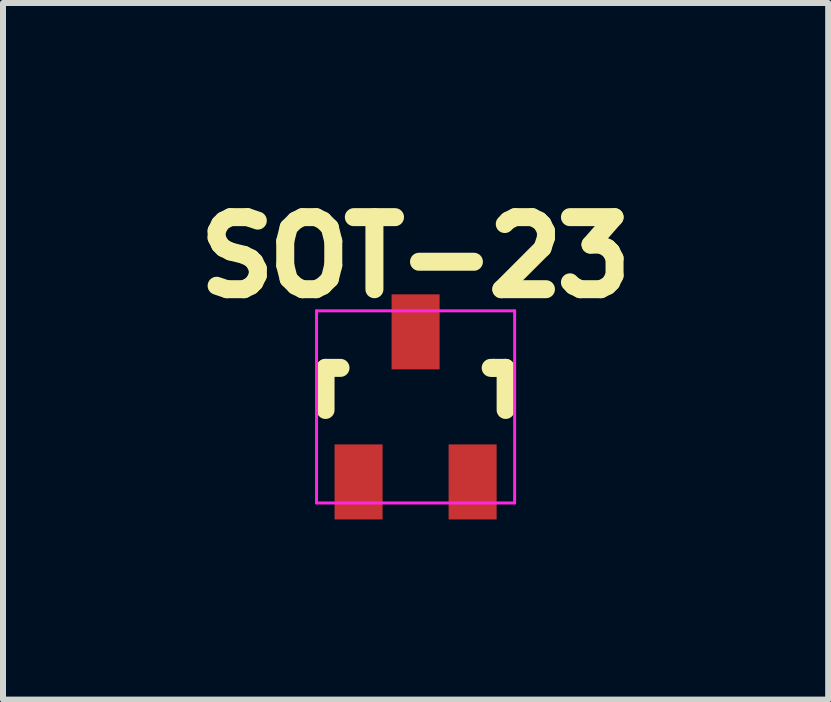
<source format=kicad_pcb>
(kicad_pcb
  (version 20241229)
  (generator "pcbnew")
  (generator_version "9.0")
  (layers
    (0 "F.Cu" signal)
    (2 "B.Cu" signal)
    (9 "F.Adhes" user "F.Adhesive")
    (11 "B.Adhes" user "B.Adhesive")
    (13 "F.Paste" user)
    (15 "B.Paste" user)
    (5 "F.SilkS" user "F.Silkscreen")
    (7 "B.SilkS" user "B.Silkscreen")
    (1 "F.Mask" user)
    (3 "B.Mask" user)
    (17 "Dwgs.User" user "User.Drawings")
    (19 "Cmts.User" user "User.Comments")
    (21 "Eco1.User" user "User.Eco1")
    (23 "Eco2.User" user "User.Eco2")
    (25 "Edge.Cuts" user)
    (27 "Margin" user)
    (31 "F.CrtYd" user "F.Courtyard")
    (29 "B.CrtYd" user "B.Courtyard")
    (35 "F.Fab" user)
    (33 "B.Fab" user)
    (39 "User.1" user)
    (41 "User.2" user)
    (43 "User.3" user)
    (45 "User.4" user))
  (footprint "SOT-23"
    (layer "F.Cu")
    (at 3.873 3.728)
    (property "Reference" "SOT-23" (at 0 -2.5 0) (layer "F.SilkS") (effects (font (size 1.2 1.2) (thickness 0.3))))
    (attr smd)
    (fp_line (start -1.5 -0.65) (end -1.251 -0.65) (stroke (width 0.3) (type solid)) (layer "F.SilkS"))
    (fp_line (start -1.5 0.051) (end -1.5 -0.65) (stroke (width 0.3) (type solid)) (layer "F.SilkS"))
    (fp_line (start 1.299 -0.65) (end 1.251 -0.65) (stroke (width 0.3) (type solid)) (layer "F.SilkS"))
    (fp_line (start 1.299 -0.65) (end 1.5 -0.65) (stroke (width 0.3) (type solid)) (layer "F.SilkS"))
    (fp_line (start 1.5 -0.65) (end 1.5 0.051) (stroke (width 0.3) (type solid)) (layer "F.SilkS"))
    (fp_line (start -1.65 -1.6) (end 1.65 -1.6) (stroke (width 0.05) (type solid)) (layer "F.CrtYd"))
    (fp_line (start -1.65 1.6) (end -1.65 -1.6) (stroke (width 0.05) (type solid)) (layer "F.CrtYd"))
    (fp_line (start 1.65 -1.6) (end 1.65 1.6) (stroke (width 0.05) (type solid)) (layer "F.CrtYd"))
    (fp_line (start 1.65 1.6) (end -1.65 1.6) (stroke (width 0.05) (type solid)) (layer "F.CrtYd"))
    (pad "1" smd rect (at -0.95 1.25) (size 0.8 1.25) (layers "F.Cu" "F.Mask" "F.Paste"))
    (pad "2" smd rect (at 0.95 1.25) (size 0.8 1.25) (layers "F.Cu" "F.Mask" "F.Paste"))
    (pad "3" smd rect (at 0 -1.25) (size 0.8 1.25) (layers "F.Cu" "F.Mask" "F.Paste")))
  (gr_rect
    (start -3 -3)
    (end 10.746 8.604)
    (stroke (width 0.1) (type default))
    (fill no)
    (layer "Edge.Cuts")))
</source>
